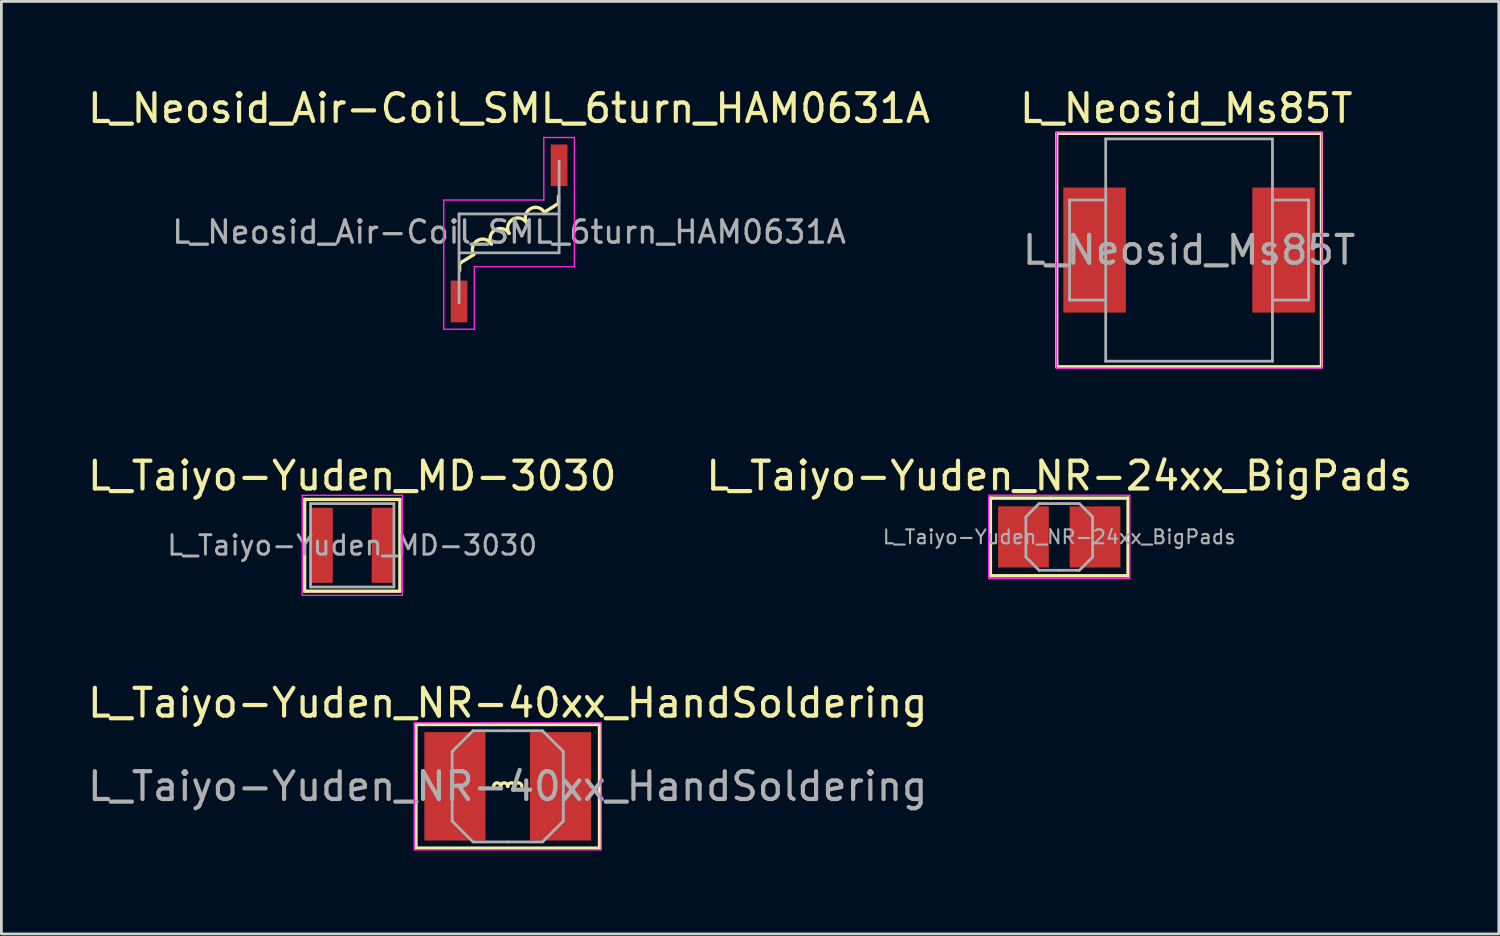
<source format=kicad_pcb>
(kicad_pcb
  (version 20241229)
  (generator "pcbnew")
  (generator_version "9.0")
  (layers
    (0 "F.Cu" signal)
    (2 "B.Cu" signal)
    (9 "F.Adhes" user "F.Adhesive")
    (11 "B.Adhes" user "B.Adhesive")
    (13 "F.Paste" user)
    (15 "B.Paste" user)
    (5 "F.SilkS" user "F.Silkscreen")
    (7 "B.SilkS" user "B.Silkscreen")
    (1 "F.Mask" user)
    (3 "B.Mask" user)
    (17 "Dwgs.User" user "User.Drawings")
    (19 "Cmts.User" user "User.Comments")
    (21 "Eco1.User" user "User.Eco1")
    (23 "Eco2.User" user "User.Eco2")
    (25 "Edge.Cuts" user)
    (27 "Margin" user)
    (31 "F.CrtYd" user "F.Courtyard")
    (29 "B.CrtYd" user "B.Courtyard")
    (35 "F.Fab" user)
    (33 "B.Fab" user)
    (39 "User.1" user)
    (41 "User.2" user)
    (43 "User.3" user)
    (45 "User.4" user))
  (footprint "L_Taiyo-Yuden_NR-40xx_HandSoldering"
    (layer "F.Cu")
    (at 15.22 25.245)
    (property "Reference" "L_Taiyo-Yuden_NR-40xx_HandSoldering" (at 0 -3 0) (layer "F.SilkS") (effects (font (size 1 1) (thickness 0.15))))
    (attr smd)
    (fp_line (start -3.302 -2.223) (end 3.302 -2.223) (stroke (width 0.12) (type solid)) (layer "F.SilkS"))
    (fp_line (start -3.302 2.223) (end -3.302 -2.223) (stroke (width 0.12) (type solid)) (layer "F.SilkS"))
    (fp_line (start 3.302 -2.223) (end 3.302 2.223) (stroke (width 0.12) (type solid)) (layer "F.SilkS"))
    (fp_line (start 3.302 2.223) (end -3.302 2.223) (stroke (width 0.12) (type solid)) (layer "F.SilkS"))
    (fp_arc (start -0.508 0) (mid -0.381 -0.127) (end -0.254 0) (stroke (width 0.12) (type solid)) (layer "F.SilkS"))
    (fp_arc (start -0.254 0) (mid -0.127 -0.127) (end 0 0) (stroke (width 0.12) (type solid)) (layer "F.SilkS"))
    (fp_arc (start 0 0) (mid 0.127 -0.127) (end 0.254 0) (stroke (width 0.12) (type solid)) (layer "F.SilkS"))
    (fp_arc (start 0.254 0) (mid 0.381 -0.127) (end 0.508 0) (stroke (width 0.12) (type solid)) (layer "F.SilkS"))
    (fp_line (start -3.365 -2.286) (end -3.365 2.286) (stroke (width 0.05) (type solid)) (layer "F.CrtYd"))
    (fp_line (start -3.365 2.286) (end 3.365 2.286) (stroke (width 0.05) (type solid)) (layer "F.CrtYd"))
    (fp_line (start 3.365 -2.286) (end -3.365 -2.286) (stroke (width 0.05) (type solid)) (layer "F.CrtYd"))
    (fp_line (start 3.365 2.286) (end 3.365 -2.286) (stroke (width 0.05) (type solid)) (layer "F.CrtYd"))
    (fp_line (start -2 -1.25) (end -1.25 -2) (stroke (width 0.1) (type solid)) (layer "F.Fab"))
    (fp_line (start -2 0) (end -2 -1.25) (stroke (width 0.1) (type solid)) (layer "F.Fab"))
    (fp_line (start -2 0) (end -2 1.25) (stroke (width 0.1) (type solid)) (layer "F.Fab"))
    (fp_line (start -2 1.25) (end -1.25 2) (stroke (width 0.1) (type solid)) (layer "F.Fab"))
    (fp_line (start -1.25 -2) (end 0 -2) (stroke (width 0.1) (type solid)) (layer "F.Fab"))
    (fp_line (start -1.25 2) (end 0 2) (stroke (width 0.1) (type solid)) (layer "F.Fab"))
    (fp_line (start 1.25 -2) (end 0 -2) (stroke (width 0.1) (type solid)) (layer "F.Fab"))
    (fp_line (start 1.25 2) (end 0 2) (stroke (width 0.1) (type solid)) (layer "F.Fab"))
    (fp_line (start 2 -1.25) (end 1.25 -2) (stroke (width 0.1) (type solid)) (layer "F.Fab"))
    (fp_line (start 2 0) (end 2 -1.25) (stroke (width 0.1) (type solid)) (layer "F.Fab"))
    (fp_line (start 2 0) (end 2 1.25) (stroke (width 0.1) (type solid)) (layer "F.Fab"))
    (fp_line (start 2 1.25) (end 1.25 2) (stroke (width 0.1) (type solid)) (layer "F.Fab"))
    (fp_text user "${REFERENCE}" (at 0 0 0) (layer "F.Fab") (effects (font (size 1 1) (thickness 0.15))))
    (pad "1" smd rect (at -1.9 0) (size 2.2 3.9) (layers "F.Cu" "F.Mask" "F.Paste"))
    (pad "2" smd rect (at 1.9 0) (size 2.2 3.9) (layers "F.Cu" "F.Mask" "F.Paste")))
  (footprint "L_Neosid_Ms85T"
    (layer "F.Cu")
    (at 39.737 5.948)
    (property "Reference" "L_Neosid_Ms85T" (at -0.1 -5.1 0) (layer "F.SilkS") (effects (font (size 1 1) (thickness 0.15))))
    (attr smd)
    (fp_line (start -4.763 -4.2) (end -4.763 4.2) (stroke (width 0.12) (type solid)) (layer "F.SilkS"))
    (fp_line (start -4.763 4.2) (end 4.763 4.2) (stroke (width 0.12) (type solid)) (layer "F.SilkS"))
    (fp_line (start 4.763 -4.2) (end -4.763 -4.2) (stroke (width 0.12) (type solid)) (layer "F.SilkS"))
    (fp_line (start 4.763 4.2) (end 4.763 -4.2) (stroke (width 0.12) (type solid)) (layer "F.SilkS"))
    (fp_line (start -4.78 -4.25) (end -4.78 4.25) (stroke (width 0.05) (type solid)) (layer "F.CrtYd"))
    (fp_line (start -4.78 -4.25) (end 4.78 -4.25) (stroke (width 0.05) (type solid)) (layer "F.CrtYd"))
    (fp_line (start 4.78 4.25) (end -4.78 4.25) (stroke (width 0.05) (type solid)) (layer "F.CrtYd"))
    (fp_line (start 4.78 4.25) (end 4.78 -4.25) (stroke (width 0.05) (type solid)) (layer "F.CrtYd"))
    (fp_line (start -4.3 -1.8) (end -4.3 1.8) (stroke (width 0.1) (type solid)) (layer "F.Fab"))
    (fp_line (start -4.3 -1.8) (end -3 -1.8) (stroke (width 0.1) (type solid)) (layer "F.Fab"))
    (fp_line (start -4.3 1.8) (end -3 1.8) (stroke (width 0.1) (type solid)) (layer "F.Fab"))
    (fp_line (start -3 -4) (end 3 -4) (stroke (width 0.1) (type solid)) (layer "F.Fab"))
    (fp_line (start -3 4) (end -3 -4) (stroke (width 0.1) (type solid)) (layer "F.Fab"))
    (fp_line (start 3 -4) (end 3 4) (stroke (width 0.1) (type solid)) (layer "F.Fab"))
    (fp_line (start 3 1.8) (end 4.3 1.8) (stroke (width 0.1) (type solid)) (layer "F.Fab"))
    (fp_line (start 3 4) (end -3 4) (stroke (width 0.1) (type solid)) (layer "F.Fab"))
    (fp_line (start 4.3 -1.8) (end 3 -1.8) (stroke (width 0.1) (type solid)) (layer "F.Fab"))
    (fp_line (start 4.3 1.8) (end 4.3 -1.8) (stroke (width 0.1) (type solid)) (layer "F.Fab"))
    (fp_text user "${REFERENCE}" (at 0 0 0) (layer "F.Fab") (effects (font (size 1 1) (thickness 0.15))))
    (pad "1" smd rect (at -3.4 0) (size 2.25 4.5) (layers "F.Cu" "F.Mask" "F.Paste"))
    (pad "2" smd rect (at 3.4 0) (size 2.25 4.5) (layers "F.Cu" "F.Mask" "F.Paste")))
  (footprint "L_Taiyo-Yuden_MD-3030"
    (layer "F.Cu")
    (at 9.625 16.572)
    (property "Reference" "L_Taiyo-Yuden_MD-3030" (at 0 -2.5 0) (layer "F.SilkS") (effects (font (size 1 1) (thickness 0.15))))
    (attr smd)
    (fp_line (start -1.714 -1.651) (end -1.714 1.651) (stroke (width 0.12) (type solid)) (layer "F.SilkS"))
    (fp_line (start -1.714 1.651) (end 1.714 1.651) (stroke (width 0.12) (type solid)) (layer "F.SilkS"))
    (fp_line (start -1.46 -1.651) (end -1.714 -1.651) (stroke (width 0.12) (type solid)) (layer "F.SilkS"))
    (fp_line (start 1.714 -1.651) (end -1.46 -1.651) (stroke (width 0.12) (type solid)) (layer "F.SilkS"))
    (fp_line (start 1.714 1.651) (end 1.714 -1.651) (stroke (width 0.12) (type solid)) (layer "F.SilkS"))
    (fp_line (start -1.8 -1.8) (end -1.8 1.8) (stroke (width 0.05) (type solid)) (layer "F.CrtYd"))
    (fp_line (start -1.8 1.8) (end 1.8 1.8) (stroke (width 0.05) (type solid)) (layer "F.CrtYd"))
    (fp_line (start 1.8 -1.8) (end -1.8 -1.8) (stroke (width 0.05) (type solid)) (layer "F.CrtYd"))
    (fp_line (start 1.8 1.8) (end 1.8 -1.8) (stroke (width 0.05) (type solid)) (layer "F.CrtYd"))
    (fp_line (start -1.5 -1.5) (end -1.5 1.5) (stroke (width 0.1) (type solid)) (layer "F.Fab"))
    (fp_line (start -1.5 1.5) (end 1.5 1.5) (stroke (width 0.1) (type solid)) (layer "F.Fab"))
    (fp_line (start 1.5 -1.5) (end -1.5 -1.5) (stroke (width 0.1) (type solid)) (layer "F.Fab"))
    (fp_line (start 1.5 1.5) (end 1.5 -1.5) (stroke (width 0.1) (type solid)) (layer "F.Fab"))
    (fp_text user "${REFERENCE}" (at 0 0 0) (layer "F.Fab") (effects (font (size 0.7 0.7) (thickness 0.105))))
    (pad "1" smd rect (at -1.1 0) (size 0.8 2.7) (layers "F.Cu" "F.Mask" "F.Paste"))
    (pad "2" smd rect (at 1.1 0) (size 0.8 2.7) (layers "F.Cu" "F.Mask" "F.Paste")))
  (footprint "L_Neosid_Air-Coil_SML_6turn_HAM0631A"
    (layer "F.Cu")
    (at 15.268 5.348)
    (property "Reference" "L_Neosid_Air-Coil_SML_6turn_HAM0631A" (at 0 -4.5 0) (layer "F.SilkS") (effects (font (size 1 1) (thickness 0.15))))
    (attr smd)
    (fp_line (start -1.778 1.079) (end -1.778 1.333) (stroke (width 0.12) (type solid)) (layer "F.SilkS"))
    (fp_line (start -1.778 1.079) (end -1.27 0.762) (stroke (width 0.12) (type solid)) (layer "F.SilkS"))
    (fp_line (start 1.778 -1.079) (end 1.27 -0.762) (stroke (width 0.12) (type solid)) (layer "F.SilkS"))
    (fp_line (start 1.778 -1.079) (end 1.778 -1.333) (stroke (width 0.12) (type solid)) (layer "F.SilkS"))
    (fp_arc (start -1.269998 0.761998) (mid -1.142998 0.254) (end -0.635 0.381) (stroke (width 0.12) (type solid)) (layer "F.SilkS"))
    (fp_arc (start -0.634998 0.380998) (mid -0.507998 -0.127) (end 0 0) (stroke (width 0.12) (type solid)) (layer "F.SilkS"))
    (fp_arc (start 0.000002 -0.000002) (mid 0.127002 -0.508) (end 0.635 -0.381) (stroke (width 0.12) (type solid)) (layer "F.SilkS"))
    (fp_arc (start 0.635002 -0.381002) (mid 0.762002 -0.889) (end 1.27 -0.762) (stroke (width 0.12) (type solid)) (layer "F.SilkS"))
    (fp_line (start -2.35 -1.2) (end -2.35 3.45) (stroke (width 0.05) (type solid)) (layer "F.CrtYd"))
    (fp_line (start -2.35 3.45) (end -1.25 3.45) (stroke (width 0.05) (type solid)) (layer "F.CrtYd"))
    (fp_line (start -1.25 1.2) (end 2.35 1.2) (stroke (width 0.05) (type solid)) (layer "F.CrtYd"))
    (fp_line (start -1.25 3.45) (end -1.25 1.2) (stroke (width 0.05) (type solid)) (layer "F.CrtYd"))
    (fp_line (start 1.25 -3.45) (end 1.25 -1.2) (stroke (width 0.05) (type solid)) (layer "F.CrtYd"))
    (fp_line (start 1.25 -1.2) (end -2.35 -1.2) (stroke (width 0.05) (type solid)) (layer "F.CrtYd"))
    (fp_line (start 2.35 -3.45) (end 1.25 -3.45) (stroke (width 0.05) (type solid)) (layer "F.CrtYd"))
    (fp_line (start 2.35 1.2) (end 2.35 -3.45) (stroke (width 0.05) (type solid)) (layer "F.CrtYd"))
    (fp_line (start -1.8 -0.7) (end 1.8 -0.7) (stroke (width 0.1) (type solid)) (layer "F.Fab"))
    (fp_line (start -1.8 0.7) (end 1.8 0.7) (stroke (width 0.1) (type solid)) (layer "F.Fab"))
    (fp_line (start -1.8 2.5) (end -1.8 -0.7) (stroke (width 0.1) (type solid)) (layer "F.Fab"))
    (fp_line (start 1.8 0.7) (end 1.8 -2.6) (stroke (width 0.1) (type solid)) (layer "F.Fab"))
    (fp_text user "${REFERENCE}" (at 0 -0.05 0) (layer "F.Fab") (effects (font (size 0.8 0.8) (thickness 0.12))))
    (pad "1" smd rect (at -1.8 2.45) (size 0.6 1.5) (layers "F.Cu" "F.Mask" "F.Paste"))
    (pad "2" smd rect (at 1.8 -2.45) (size 0.6 1.5) (layers "F.Cu" "F.Mask" "F.Paste")))
  (footprint "L_Taiyo-Yuden_NR-24xx_BigPads"
    (layer "F.Cu")
    (at 35.065 16.271)
    (property "Reference" "L_Taiyo-Yuden_NR-24xx_BigPads" (at 0 -2.2 0) (layer "F.SilkS") (effects (font (size 1 1) (thickness 0.15))))
    (attr smd)
    (fp_line (start -2.477 -1.397) (end -2.477 1.397) (stroke (width 0.12) (type solid)) (layer "F.SilkS"))
    (fp_line (start -2.477 1.397) (end 2.477 1.397) (stroke (width 0.12) (type solid)) (layer "F.SilkS"))
    (fp_line (start -2.413 -1.397) (end -2.477 -1.397) (stroke (width 0.12) (type solid)) (layer "F.SilkS"))
    (fp_line (start -0.318 -1.397) (end -2.413 -1.397) (stroke (width 0.12) (type solid)) (layer "F.SilkS"))
    (fp_line (start 2.477 -1.397) (end -0.318 -1.397) (stroke (width 0.12) (type solid)) (layer "F.SilkS"))
    (fp_line (start 2.477 1.397) (end 2.477 -1.397) (stroke (width 0.12) (type solid)) (layer "F.SilkS"))
    (fp_line (start -2.54 -1.5) (end -2.54 1.5) (stroke (width 0.05) (type solid)) (layer "F.CrtYd"))
    (fp_line (start -2.54 1.5) (end 2.54 1.5) (stroke (width 0.05) (type solid)) (layer "F.CrtYd"))
    (fp_line (start 2.54 -1.5) (end -2.54 -1.5) (stroke (width 0.05) (type solid)) (layer "F.CrtYd"))
    (fp_line (start 2.54 1.5) (end 2.54 -1.5) (stroke (width 0.05) (type solid)) (layer "F.CrtYd"))
    (fp_line (start -1.2 -0.725) (end -0.725 -1.2) (stroke (width 0.1) (type solid)) (layer "F.Fab"))
    (fp_line (start -1.2 0) (end -1.2 -0.725) (stroke (width 0.1) (type solid)) (layer "F.Fab"))
    (fp_line (start -1.2 0) (end -1.2 0.725) (stroke (width 0.1) (type solid)) (layer "F.Fab"))
    (fp_line (start -1.2 0.725) (end -0.725 1.2) (stroke (width 0.1) (type solid)) (layer "F.Fab"))
    (fp_line (start -0.725 -1.2) (end 0 -1.2) (stroke (width 0.1) (type solid)) (layer "F.Fab"))
    (fp_line (start -0.725 1.2) (end 0 1.2) (stroke (width 0.1) (type solid)) (layer "F.Fab"))
    (fp_line (start 0.725 -1.2) (end 0 -1.2) (stroke (width 0.1) (type solid)) (layer "F.Fab"))
    (fp_line (start 0.725 1.2) (end 0 1.2) (stroke (width 0.1) (type solid)) (layer "F.Fab"))
    (fp_line (start 1.2 -0.725) (end 0.725 -1.2) (stroke (width 0.1) (type solid)) (layer "F.Fab"))
    (fp_line (start 1.2 0) (end 1.2 -0.725) (stroke (width 0.1) (type solid)) (layer "F.Fab"))
    (fp_line (start 1.2 0) (end 1.2 0.725) (stroke (width 0.1) (type solid)) (layer "F.Fab"))
    (fp_line (start 1.2 0.725) (end 0.725 1.2) (stroke (width 0.1) (type solid)) (layer "F.Fab"))
    (fp_text user "${REFERENCE}" (at 0 0 0) (layer "F.Fab") (effects (font (size 0.5 0.5) (thickness 0.075))))
    (pad "1" smd rect (at -1.288 0) (size 1.825 2.2) (layers "F.Cu" "F.Mask" "F.Paste"))
    (pad "2" smd rect (at 1.288 0) (size 1.825 2.2) (layers "F.Cu" "F.Mask" "F.Paste")))
  (gr_rect
    (start -3 -3)
    (end 50.881 30.556)
    (stroke (width 0.1) (type default))
    (fill no)
    (layer "Edge.Cuts")))
</source>
